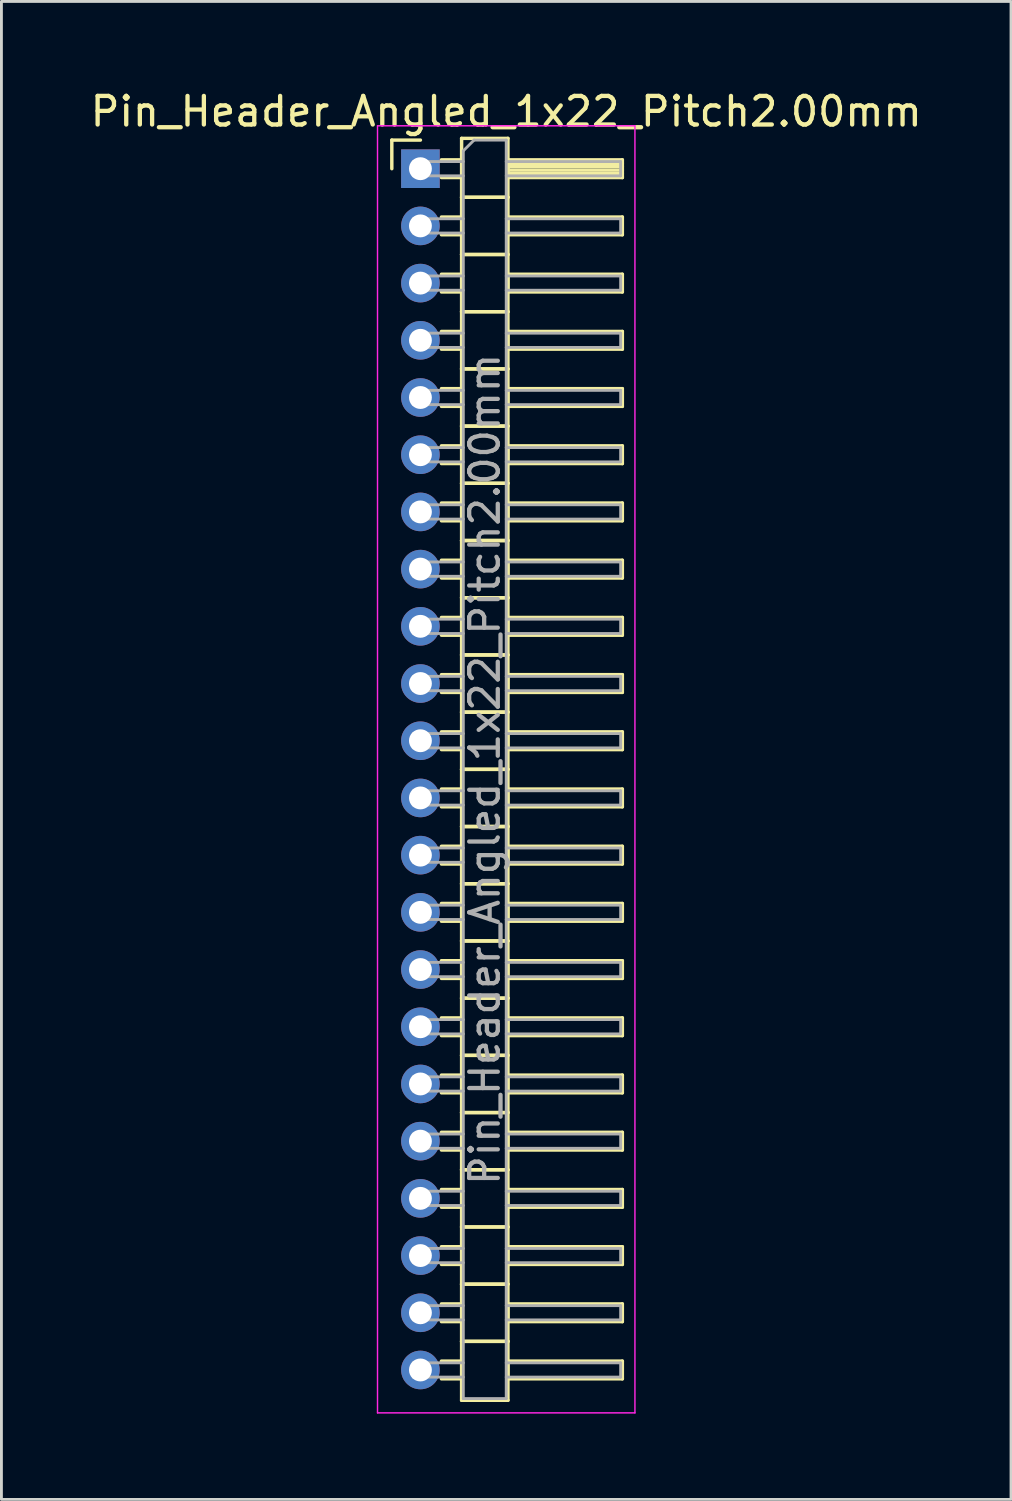
<source format=kicad_pcb>
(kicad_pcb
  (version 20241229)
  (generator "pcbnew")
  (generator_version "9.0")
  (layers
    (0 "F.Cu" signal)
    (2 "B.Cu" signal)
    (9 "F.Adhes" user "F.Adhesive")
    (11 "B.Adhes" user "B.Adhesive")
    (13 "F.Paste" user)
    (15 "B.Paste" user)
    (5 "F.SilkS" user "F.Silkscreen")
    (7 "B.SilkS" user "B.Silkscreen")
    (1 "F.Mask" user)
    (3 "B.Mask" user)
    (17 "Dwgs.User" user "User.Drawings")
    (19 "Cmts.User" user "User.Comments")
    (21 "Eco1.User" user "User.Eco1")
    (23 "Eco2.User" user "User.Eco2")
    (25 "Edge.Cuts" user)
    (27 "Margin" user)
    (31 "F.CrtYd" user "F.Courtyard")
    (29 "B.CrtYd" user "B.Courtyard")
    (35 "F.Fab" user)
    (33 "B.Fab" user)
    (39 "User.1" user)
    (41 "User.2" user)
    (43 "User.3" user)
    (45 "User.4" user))
  (footprint "Pin_Header_Angled_1x22_Pitch2.00mm"
    (layer "F.Cu")
    (at 11.649 2.848)
    (property "Reference" "Pin_Header_Angled_1x22_Pitch2.00mm" (at 3 -2 0) (layer "F.SilkS") (effects (font (size 1 1) (thickness 0.15))))
    (attr through_hole)
    (fp_line (start -1 -1) (end 0 -1) (stroke (width 0.12) (type solid)) (layer "F.SilkS"))
    (fp_line (start -1 0) (end -1 -1) (stroke (width 0.12) (type solid)) (layer "F.SilkS"))
    (fp_line (start 0.735 -0.31) (end 1.44 -0.31) (stroke (width 0.12) (type solid)) (layer "F.SilkS"))
    (fp_line (start 0.735 0.31) (end 1.44 0.31) (stroke (width 0.12) (type solid)) (layer "F.SilkS"))
    (fp_line (start 0.735 1.69) (end 1.44 1.69) (stroke (width 0.12) (type solid)) (layer "F.SilkS"))
    (fp_line (start 0.735 2.31) (end 1.44 2.31) (stroke (width 0.12) (type solid)) (layer "F.SilkS"))
    (fp_line (start 0.735 3.69) (end 1.44 3.69) (stroke (width 0.12) (type solid)) (layer "F.SilkS"))
    (fp_line (start 0.735 4.31) (end 1.44 4.31) (stroke (width 0.12) (type solid)) (layer "F.SilkS"))
    (fp_line (start 0.735 5.69) (end 1.44 5.69) (stroke (width 0.12) (type solid)) (layer "F.SilkS"))
    (fp_line (start 0.735 6.31) (end 1.44 6.31) (stroke (width 0.12) (type solid)) (layer "F.SilkS"))
    (fp_line (start 0.735 7.69) (end 1.44 7.69) (stroke (width 0.12) (type solid)) (layer "F.SilkS"))
    (fp_line (start 0.735 8.31) (end 1.44 8.31) (stroke (width 0.12) (type solid)) (layer "F.SilkS"))
    (fp_line (start 0.735 9.69) (end 1.44 9.69) (stroke (width 0.12) (type solid)) (layer "F.SilkS"))
    (fp_line (start 0.735 10.31) (end 1.44 10.31) (stroke (width 0.12) (type solid)) (layer "F.SilkS"))
    (fp_line (start 0.735 11.69) (end 1.44 11.69) (stroke (width 0.12) (type solid)) (layer "F.SilkS"))
    (fp_line (start 0.735 12.31) (end 1.44 12.31) (stroke (width 0.12) (type solid)) (layer "F.SilkS"))
    (fp_line (start 0.735 13.69) (end 1.44 13.69) (stroke (width 0.12) (type solid)) (layer "F.SilkS"))
    (fp_line (start 0.735 14.31) (end 1.44 14.31) (stroke (width 0.12) (type solid)) (layer "F.SilkS"))
    (fp_line (start 0.735 15.69) (end 1.44 15.69) (stroke (width 0.12) (type solid)) (layer "F.SilkS"))
    (fp_line (start 0.735 16.31) (end 1.44 16.31) (stroke (width 0.12) (type solid)) (layer "F.SilkS"))
    (fp_line (start 0.735 17.69) (end 1.44 17.69) (stroke (width 0.12) (type solid)) (layer "F.SilkS"))
    (fp_line (start 0.735 18.31) (end 1.44 18.31) (stroke (width 0.12) (type solid)) (layer "F.SilkS"))
    (fp_line (start 0.735 19.69) (end 1.44 19.69) (stroke (width 0.12) (type solid)) (layer "F.SilkS"))
    (fp_line (start 0.735 20.31) (end 1.44 20.31) (stroke (width 0.12) (type solid)) (layer "F.SilkS"))
    (fp_line (start 0.735 21.69) (end 1.44 21.69) (stroke (width 0.12) (type solid)) (layer "F.SilkS"))
    (fp_line (start 0.735 22.31) (end 1.44 22.31) (stroke (width 0.12) (type solid)) (layer "F.SilkS"))
    (fp_line (start 0.735 23.69) (end 1.44 23.69) (stroke (width 0.12) (type solid)) (layer "F.SilkS"))
    (fp_line (start 0.735 24.31) (end 1.44 24.31) (stroke (width 0.12) (type solid)) (layer "F.SilkS"))
    (fp_line (start 0.735 25.69) (end 1.44 25.69) (stroke (width 0.12) (type solid)) (layer "F.SilkS"))
    (fp_line (start 0.735 26.31) (end 1.44 26.31) (stroke (width 0.12) (type solid)) (layer "F.SilkS"))
    (fp_line (start 0.735 27.69) (end 1.44 27.69) (stroke (width 0.12) (type solid)) (layer "F.SilkS"))
    (fp_line (start 0.735 28.31) (end 1.44 28.31) (stroke (width 0.12) (type solid)) (layer "F.SilkS"))
    (fp_line (start 0.735 29.69) (end 1.44 29.69) (stroke (width 0.12) (type solid)) (layer "F.SilkS"))
    (fp_line (start 0.735 30.31) (end 1.44 30.31) (stroke (width 0.12) (type solid)) (layer "F.SilkS"))
    (fp_line (start 0.735 31.69) (end 1.44 31.69) (stroke (width 0.12) (type solid)) (layer "F.SilkS"))
    (fp_line (start 0.735 32.31) (end 1.44 32.31) (stroke (width 0.12) (type solid)) (layer "F.SilkS"))
    (fp_line (start 0.735 33.69) (end 1.44 33.69) (stroke (width 0.12) (type solid)) (layer "F.SilkS"))
    (fp_line (start 0.735 34.31) (end 1.44 34.31) (stroke (width 0.12) (type solid)) (layer "F.SilkS"))
    (fp_line (start 0.735 35.69) (end 1.44 35.69) (stroke (width 0.12) (type solid)) (layer "F.SilkS"))
    (fp_line (start 0.735 36.31) (end 1.44 36.31) (stroke (width 0.12) (type solid)) (layer "F.SilkS"))
    (fp_line (start 0.735 37.69) (end 1.44 37.69) (stroke (width 0.12) (type solid)) (layer "F.SilkS"))
    (fp_line (start 0.735 38.31) (end 1.44 38.31) (stroke (width 0.12) (type solid)) (layer "F.SilkS"))
    (fp_line (start 0.735 39.69) (end 1.44 39.69) (stroke (width 0.12) (type solid)) (layer "F.SilkS"))
    (fp_line (start 0.735 40.31) (end 1.44 40.31) (stroke (width 0.12) (type solid)) (layer "F.SilkS"))
    (fp_line (start 0.735 41.69) (end 1.44 41.69) (stroke (width 0.12) (type solid)) (layer "F.SilkS"))
    (fp_line (start 0.735 42.31) (end 1.44 42.31) (stroke (width 0.12) (type solid)) (layer "F.SilkS"))
    (fp_line (start 1.44 -1.06) (end 1.44 1) (stroke (width 0.12) (type solid)) (layer "F.SilkS"))
    (fp_line (start 1.44 1) (end 1.44 3) (stroke (width 0.12) (type solid)) (layer "F.SilkS"))
    (fp_line (start 1.44 1) (end 3.06 1) (stroke (width 0.12) (type solid)) (layer "F.SilkS"))
    (fp_line (start 1.44 3) (end 1.44 5) (stroke (width 0.12) (type solid)) (layer "F.SilkS"))
    (fp_line (start 1.44 3) (end 3.06 3) (stroke (width 0.12) (type solid)) (layer "F.SilkS"))
    (fp_line (start 1.44 5) (end 1.44 7) (stroke (width 0.12) (type solid)) (layer "F.SilkS"))
    (fp_line (start 1.44 5) (end 3.06 5) (stroke (width 0.12) (type solid)) (layer "F.SilkS"))
    (fp_line (start 1.44 7) (end 1.44 9) (stroke (width 0.12) (type solid)) (layer "F.SilkS"))
    (fp_line (start 1.44 7) (end 3.06 7) (stroke (width 0.12) (type solid)) (layer "F.SilkS"))
    (fp_line (start 1.44 9) (end 1.44 11) (stroke (width 0.12) (type solid)) (layer "F.SilkS"))
    (fp_line (start 1.44 9) (end 3.06 9) (stroke (width 0.12) (type solid)) (layer "F.SilkS"))
    (fp_line (start 1.44 11) (end 1.44 13) (stroke (width 0.12) (type solid)) (layer "F.SilkS"))
    (fp_line (start 1.44 11) (end 3.06 11) (stroke (width 0.12) (type solid)) (layer "F.SilkS"))
    (fp_line (start 1.44 13) (end 1.44 15) (stroke (width 0.12) (type solid)) (layer "F.SilkS"))
    (fp_line (start 1.44 13) (end 3.06 13) (stroke (width 0.12) (type solid)) (layer "F.SilkS"))
    (fp_line (start 1.44 15) (end 1.44 17) (stroke (width 0.12) (type solid)) (layer "F.SilkS"))
    (fp_line (start 1.44 15) (end 3.06 15) (stroke (width 0.12) (type solid)) (layer "F.SilkS"))
    (fp_line (start 1.44 17) (end 1.44 19) (stroke (width 0.12) (type solid)) (layer "F.SilkS"))
    (fp_line (start 1.44 17) (end 3.06 17) (stroke (width 0.12) (type solid)) (layer "F.SilkS"))
    (fp_line (start 1.44 19) (end 1.44 21) (stroke (width 0.12) (type solid)) (layer "F.SilkS"))
    (fp_line (start 1.44 19) (end 3.06 19) (stroke (width 0.12) (type solid)) (layer "F.SilkS"))
    (fp_line (start 1.44 21) (end 1.44 23) (stroke (width 0.12) (type solid)) (layer "F.SilkS"))
    (fp_line (start 1.44 21) (end 3.06 21) (stroke (width 0.12) (type solid)) (layer "F.SilkS"))
    (fp_line (start 1.44 23) (end 1.44 25) (stroke (width 0.12) (type solid)) (layer "F.SilkS"))
    (fp_line (start 1.44 23) (end 3.06 23) (stroke (width 0.12) (type solid)) (layer "F.SilkS"))
    (fp_line (start 1.44 25) (end 1.44 27) (stroke (width 0.12) (type solid)) (layer "F.SilkS"))
    (fp_line (start 1.44 25) (end 3.06 25) (stroke (width 0.12) (type solid)) (layer "F.SilkS"))
    (fp_line (start 1.44 27) (end 1.44 29) (stroke (width 0.12) (type solid)) (layer "F.SilkS"))
    (fp_line (start 1.44 27) (end 3.06 27) (stroke (width 0.12) (type solid)) (layer "F.SilkS"))
    (fp_line (start 1.44 29) (end 1.44 31) (stroke (width 0.12) (type solid)) (layer "F.SilkS"))
    (fp_line (start 1.44 29) (end 3.06 29) (stroke (width 0.12) (type solid)) (layer "F.SilkS"))
    (fp_line (start 1.44 31) (end 1.44 33) (stroke (width 0.12) (type solid)) (layer "F.SilkS"))
    (fp_line (start 1.44 31) (end 3.06 31) (stroke (width 0.12) (type solid)) (layer "F.SilkS"))
    (fp_line (start 1.44 33) (end 1.44 35) (stroke (width 0.12) (type solid)) (layer "F.SilkS"))
    (fp_line (start 1.44 33) (end 3.06 33) (stroke (width 0.12) (type solid)) (layer "F.SilkS"))
    (fp_line (start 1.44 35) (end 1.44 37) (stroke (width 0.12) (type solid)) (layer "F.SilkS"))
    (fp_line (start 1.44 35) (end 3.06 35) (stroke (width 0.12) (type solid)) (layer "F.SilkS"))
    (fp_line (start 1.44 37) (end 1.44 39) (stroke (width 0.12) (type solid)) (layer "F.SilkS"))
    (fp_line (start 1.44 37) (end 3.06 37) (stroke (width 0.12) (type solid)) (layer "F.SilkS"))
    (fp_line (start 1.44 39) (end 1.44 41) (stroke (width 0.12) (type solid)) (layer "F.SilkS"))
    (fp_line (start 1.44 39) (end 3.06 39) (stroke (width 0.12) (type solid)) (layer "F.SilkS"))
    (fp_line (start 1.44 41) (end 1.44 43.06) (stroke (width 0.12) (type solid)) (layer "F.SilkS"))
    (fp_line (start 1.44 41) (end 3.06 41) (stroke (width 0.12) (type solid)) (layer "F.SilkS"))
    (fp_line (start 1.44 43.06) (end 3.06 43.06) (stroke (width 0.12) (type solid)) (layer "F.SilkS"))
    (fp_line (start 3.06 -1.06) (end 1.44 -1.06) (stroke (width 0.12) (type solid)) (layer "F.SilkS"))
    (fp_line (start 3.06 -0.31) (end 3.06 0.31) (stroke (width 0.12) (type solid)) (layer "F.SilkS"))
    (fp_line (start 3.06 -0.19) (end 7.06 -0.19) (stroke (width 0.12) (type solid)) (layer "F.SilkS"))
    (fp_line (start 3.06 -0.07) (end 7.06 -0.07) (stroke (width 0.12) (type solid)) (layer "F.SilkS"))
    (fp_line (start 3.06 0.05) (end 7.06 0.05) (stroke (width 0.12) (type solid)) (layer "F.SilkS"))
    (fp_line (start 3.06 0.17) (end 7.06 0.17) (stroke (width 0.12) (type solid)) (layer "F.SilkS"))
    (fp_line (start 3.06 0.29) (end 7.06 0.29) (stroke (width 0.12) (type solid)) (layer "F.SilkS"))
    (fp_line (start 3.06 0.31) (end 7.06 0.31) (stroke (width 0.12) (type solid)) (layer "F.SilkS"))
    (fp_line (start 3.06 1) (end 1.44 1) (stroke (width 0.12) (type solid)) (layer "F.SilkS"))
    (fp_line (start 3.06 1) (end 3.06 -1.06) (stroke (width 0.12) (type solid)) (layer "F.SilkS"))
    (fp_line (start 3.06 1.69) (end 3.06 2.31) (stroke (width 0.12) (type solid)) (layer "F.SilkS"))
    (fp_line (start 3.06 2.31) (end 7.06 2.31) (stroke (width 0.12) (type solid)) (layer "F.SilkS"))
    (fp_line (start 3.06 3) (end 1.44 3) (stroke (width 0.12) (type solid)) (layer "F.SilkS"))
    (fp_line (start 3.06 3) (end 3.06 1) (stroke (width 0.12) (type solid)) (layer "F.SilkS"))
    (fp_line (start 3.06 3.69) (end 3.06 4.31) (stroke (width 0.12) (type solid)) (layer "F.SilkS"))
    (fp_line (start 3.06 4.31) (end 7.06 4.31) (stroke (width 0.12) (type solid)) (layer "F.SilkS"))
    (fp_line (start 3.06 5) (end 1.44 5) (stroke (width 0.12) (type solid)) (layer "F.SilkS"))
    (fp_line (start 3.06 5) (end 3.06 3) (stroke (width 0.12) (type solid)) (layer "F.SilkS"))
    (fp_line (start 3.06 5.69) (end 3.06 6.31) (stroke (width 0.12) (type solid)) (layer "F.SilkS"))
    (fp_line (start 3.06 6.31) (end 7.06 6.31) (stroke (width 0.12) (type solid)) (layer "F.SilkS"))
    (fp_line (start 3.06 7) (end 1.44 7) (stroke (width 0.12) (type solid)) (layer "F.SilkS"))
    (fp_line (start 3.06 7) (end 3.06 5) (stroke (width 0.12) (type solid)) (layer "F.SilkS"))
    (fp_line (start 3.06 7.69) (end 3.06 8.31) (stroke (width 0.12) (type solid)) (layer "F.SilkS"))
    (fp_line (start 3.06 8.31) (end 7.06 8.31) (stroke (width 0.12) (type solid)) (layer "F.SilkS"))
    (fp_line (start 3.06 9) (end 1.44 9) (stroke (width 0.12) (type solid)) (layer "F.SilkS"))
    (fp_line (start 3.06 9) (end 3.06 7) (stroke (width 0.12) (type solid)) (layer "F.SilkS"))
    (fp_line (start 3.06 9.69) (end 3.06 10.31) (stroke (width 0.12) (type solid)) (layer "F.SilkS"))
    (fp_line (start 3.06 10.31) (end 7.06 10.31) (stroke (width 0.12) (type solid)) (layer "F.SilkS"))
    (fp_line (start 3.06 11) (end 1.44 11) (stroke (width 0.12) (type solid)) (layer "F.SilkS"))
    (fp_line (start 3.06 11) (end 3.06 9) (stroke (width 0.12) (type solid)) (layer "F.SilkS"))
    (fp_line (start 3.06 11.69) (end 3.06 12.31) (stroke (width 0.12) (type solid)) (layer "F.SilkS"))
    (fp_line (start 3.06 12.31) (end 7.06 12.31) (stroke (width 0.12) (type solid)) (layer "F.SilkS"))
    (fp_line (start 3.06 13) (end 1.44 13) (stroke (width 0.12) (type solid)) (layer "F.SilkS"))
    (fp_line (start 3.06 13) (end 3.06 11) (stroke (width 0.12) (type solid)) (layer "F.SilkS"))
    (fp_line (start 3.06 13.69) (end 3.06 14.31) (stroke (width 0.12) (type solid)) (layer "F.SilkS"))
    (fp_line (start 3.06 14.31) (end 7.06 14.31) (stroke (width 0.12) (type solid)) (layer "F.SilkS"))
    (fp_line (start 3.06 15) (end 1.44 15) (stroke (width 0.12) (type solid)) (layer "F.SilkS"))
    (fp_line (start 3.06 15) (end 3.06 13) (stroke (width 0.12) (type solid)) (layer "F.SilkS"))
    (fp_line (start 3.06 15.69) (end 3.06 16.31) (stroke (width 0.12) (type solid)) (layer "F.SilkS"))
    (fp_line (start 3.06 16.31) (end 7.06 16.31) (stroke (width 0.12) (type solid)) (layer "F.SilkS"))
    (fp_line (start 3.06 17) (end 1.44 17) (stroke (width 0.12) (type solid)) (layer "F.SilkS"))
    (fp_line (start 3.06 17) (end 3.06 15) (stroke (width 0.12) (type solid)) (layer "F.SilkS"))
    (fp_line (start 3.06 17.69) (end 3.06 18.31) (stroke (width 0.12) (type solid)) (layer "F.SilkS"))
    (fp_line (start 3.06 18.31) (end 7.06 18.31) (stroke (width 0.12) (type solid)) (layer "F.SilkS"))
    (fp_line (start 3.06 19) (end 1.44 19) (stroke (width 0.12) (type solid)) (layer "F.SilkS"))
    (fp_line (start 3.06 19) (end 3.06 17) (stroke (width 0.12) (type solid)) (layer "F.SilkS"))
    (fp_line (start 3.06 19.69) (end 3.06 20.31) (stroke (width 0.12) (type solid)) (layer "F.SilkS"))
    (fp_line (start 3.06 20.31) (end 7.06 20.31) (stroke (width 0.12) (type solid)) (layer "F.SilkS"))
    (fp_line (start 3.06 21) (end 1.44 21) (stroke (width 0.12) (type solid)) (layer "F.SilkS"))
    (fp_line (start 3.06 21) (end 3.06 19) (stroke (width 0.12) (type solid)) (layer "F.SilkS"))
    (fp_line (start 3.06 21.69) (end 3.06 22.31) (stroke (width 0.12) (type solid)) (layer "F.SilkS"))
    (fp_line (start 3.06 22.31) (end 7.06 22.31) (stroke (width 0.12) (type solid)) (layer "F.SilkS"))
    (fp_line (start 3.06 23) (end 1.44 23) (stroke (width 0.12) (type solid)) (layer "F.SilkS"))
    (fp_line (start 3.06 23) (end 3.06 21) (stroke (width 0.12) (type solid)) (layer "F.SilkS"))
    (fp_line (start 3.06 23.69) (end 3.06 24.31) (stroke (width 0.12) (type solid)) (layer "F.SilkS"))
    (fp_line (start 3.06 24.31) (end 7.06 24.31) (stroke (width 0.12) (type solid)) (layer "F.SilkS"))
    (fp_line (start 3.06 25) (end 1.44 25) (stroke (width 0.12) (type solid)) (layer "F.SilkS"))
    (fp_line (start 3.06 25) (end 3.06 23) (stroke (width 0.12) (type solid)) (layer "F.SilkS"))
    (fp_line (start 3.06 25.69) (end 3.06 26.31) (stroke (width 0.12) (type solid)) (layer "F.SilkS"))
    (fp_line (start 3.06 26.31) (end 7.06 26.31) (stroke (width 0.12) (type solid)) (layer "F.SilkS"))
    (fp_line (start 3.06 27) (end 1.44 27) (stroke (width 0.12) (type solid)) (layer "F.SilkS"))
    (fp_line (start 3.06 27) (end 3.06 25) (stroke (width 0.12) (type solid)) (layer "F.SilkS"))
    (fp_line (start 3.06 27.69) (end 3.06 28.31) (stroke (width 0.12) (type solid)) (layer "F.SilkS"))
    (fp_line (start 3.06 28.31) (end 7.06 28.31) (stroke (width 0.12) (type solid)) (layer "F.SilkS"))
    (fp_line (start 3.06 29) (end 1.44 29) (stroke (width 0.12) (type solid)) (layer "F.SilkS"))
    (fp_line (start 3.06 29) (end 3.06 27) (stroke (width 0.12) (type solid)) (layer "F.SilkS"))
    (fp_line (start 3.06 29.69) (end 3.06 30.31) (stroke (width 0.12) (type solid)) (layer "F.SilkS"))
    (fp_line (start 3.06 30.31) (end 7.06 30.31) (stroke (width 0.12) (type solid)) (layer "F.SilkS"))
    (fp_line (start 3.06 31) (end 1.44 31) (stroke (width 0.12) (type solid)) (layer "F.SilkS"))
    (fp_line (start 3.06 31) (end 3.06 29) (stroke (width 0.12) (type solid)) (layer "F.SilkS"))
    (fp_line (start 3.06 31.69) (end 3.06 32.31) (stroke (width 0.12) (type solid)) (layer "F.SilkS"))
    (fp_line (start 3.06 32.31) (end 7.06 32.31) (stroke (width 0.12) (type solid)) (layer "F.SilkS"))
    (fp_line (start 3.06 33) (end 1.44 33) (stroke (width 0.12) (type solid)) (layer "F.SilkS"))
    (fp_line (start 3.06 33) (end 3.06 31) (stroke (width 0.12) (type solid)) (layer "F.SilkS"))
    (fp_line (start 3.06 33.69) (end 3.06 34.31) (stroke (width 0.12) (type solid)) (layer "F.SilkS"))
    (fp_line (start 3.06 34.31) (end 7.06 34.31) (stroke (width 0.12) (type solid)) (layer "F.SilkS"))
    (fp_line (start 3.06 35) (end 1.44 35) (stroke (width 0.12) (type solid)) (layer "F.SilkS"))
    (fp_line (start 3.06 35) (end 3.06 33) (stroke (width 0.12) (type solid)) (layer "F.SilkS"))
    (fp_line (start 3.06 35.69) (end 3.06 36.31) (stroke (width 0.12) (type solid)) (layer "F.SilkS"))
    (fp_line (start 3.06 36.31) (end 7.06 36.31) (stroke (width 0.12) (type solid)) (layer "F.SilkS"))
    (fp_line (start 3.06 37) (end 1.44 37) (stroke (width 0.12) (type solid)) (layer "F.SilkS"))
    (fp_line (start 3.06 37) (end 3.06 35) (stroke (width 0.12) (type solid)) (layer "F.SilkS"))
    (fp_line (start 3.06 37.69) (end 3.06 38.31) (stroke (width 0.12) (type solid)) (layer "F.SilkS"))
    (fp_line (start 3.06 38.31) (end 7.06 38.31) (stroke (width 0.12) (type solid)) (layer "F.SilkS"))
    (fp_line (start 3.06 39) (end 1.44 39) (stroke (width 0.12) (type solid)) (layer "F.SilkS"))
    (fp_line (start 3.06 39) (end 3.06 37) (stroke (width 0.12) (type solid)) (layer "F.SilkS"))
    (fp_line (start 3.06 39.69) (end 3.06 40.31) (stroke (width 0.12) (type solid)) (layer "F.SilkS"))
    (fp_line (start 3.06 40.31) (end 7.06 40.31) (stroke (width 0.12) (type solid)) (layer "F.SilkS"))
    (fp_line (start 3.06 41) (end 1.44 41) (stroke (width 0.12) (type solid)) (layer "F.SilkS"))
    (fp_line (start 3.06 41) (end 3.06 39) (stroke (width 0.12) (type solid)) (layer "F.SilkS"))
    (fp_line (start 3.06 41.69) (end 3.06 42.31) (stroke (width 0.12) (type solid)) (layer "F.SilkS"))
    (fp_line (start 3.06 42.31) (end 7.06 42.31) (stroke (width 0.12) (type solid)) (layer "F.SilkS"))
    (fp_line (start 3.06 43.06) (end 3.06 41) (stroke (width 0.12) (type solid)) (layer "F.SilkS"))
    (fp_line (start 7.06 -0.31) (end 3.06 -0.31) (stroke (width 0.12) (type solid)) (layer "F.SilkS"))
    (fp_line (start 7.06 0.31) (end 7.06 -0.31) (stroke (width 0.12) (type solid)) (layer "F.SilkS"))
    (fp_line (start 7.06 1.69) (end 3.06 1.69) (stroke (width 0.12) (type solid)) (layer "F.SilkS"))
    (fp_line (start 7.06 2.31) (end 7.06 1.69) (stroke (width 0.12) (type solid)) (layer "F.SilkS"))
    (fp_line (start 7.06 3.69) (end 3.06 3.69) (stroke (width 0.12) (type solid)) (layer "F.SilkS"))
    (fp_line (start 7.06 4.31) (end 7.06 3.69) (stroke (width 0.12) (type solid)) (layer "F.SilkS"))
    (fp_line (start 7.06 5.69) (end 3.06 5.69) (stroke (width 0.12) (type solid)) (layer "F.SilkS"))
    (fp_line (start 7.06 6.31) (end 7.06 5.69) (stroke (width 0.12) (type solid)) (layer "F.SilkS"))
    (fp_line (start 7.06 7.69) (end 3.06 7.69) (stroke (width 0.12) (type solid)) (layer "F.SilkS"))
    (fp_line (start 7.06 8.31) (end 7.06 7.69) (stroke (width 0.12) (type solid)) (layer "F.SilkS"))
    (fp_line (start 7.06 9.69) (end 3.06 9.69) (stroke (width 0.12) (type solid)) (layer "F.SilkS"))
    (fp_line (start 7.06 10.31) (end 7.06 9.69) (stroke (width 0.12) (type solid)) (layer "F.SilkS"))
    (fp_line (start 7.06 11.69) (end 3.06 11.69) (stroke (width 0.12) (type solid)) (layer "F.SilkS"))
    (fp_line (start 7.06 12.31) (end 7.06 11.69) (stroke (width 0.12) (type solid)) (layer "F.SilkS"))
    (fp_line (start 7.06 13.69) (end 3.06 13.69) (stroke (width 0.12) (type solid)) (layer "F.SilkS"))
    (fp_line (start 7.06 14.31) (end 7.06 13.69) (stroke (width 0.12) (type solid)) (layer "F.SilkS"))
    (fp_line (start 7.06 15.69) (end 3.06 15.69) (stroke (width 0.12) (type solid)) (layer "F.SilkS"))
    (fp_line (start 7.06 16.31) (end 7.06 15.69) (stroke (width 0.12) (type solid)) (layer "F.SilkS"))
    (fp_line (start 7.06 17.69) (end 3.06 17.69) (stroke (width 0.12) (type solid)) (layer "F.SilkS"))
    (fp_line (start 7.06 18.31) (end 7.06 17.69) (stroke (width 0.12) (type solid)) (layer "F.SilkS"))
    (fp_line (start 7.06 19.69) (end 3.06 19.69) (stroke (width 0.12) (type solid)) (layer "F.SilkS"))
    (fp_line (start 7.06 20.31) (end 7.06 19.69) (stroke (width 0.12) (type solid)) (layer "F.SilkS"))
    (fp_line (start 7.06 21.69) (end 3.06 21.69) (stroke (width 0.12) (type solid)) (layer "F.SilkS"))
    (fp_line (start 7.06 22.31) (end 7.06 21.69) (stroke (width 0.12) (type solid)) (layer "F.SilkS"))
    (fp_line (start 7.06 23.69) (end 3.06 23.69) (stroke (width 0.12) (type solid)) (layer "F.SilkS"))
    (fp_line (start 7.06 24.31) (end 7.06 23.69) (stroke (width 0.12) (type solid)) (layer "F.SilkS"))
    (fp_line (start 7.06 25.69) (end 3.06 25.69) (stroke (width 0.12) (type solid)) (layer "F.SilkS"))
    (fp_line (start 7.06 26.31) (end 7.06 25.69) (stroke (width 0.12) (type solid)) (layer "F.SilkS"))
    (fp_line (start 7.06 27.69) (end 3.06 27.69) (stroke (width 0.12) (type solid)) (layer "F.SilkS"))
    (fp_line (start 7.06 28.31) (end 7.06 27.69) (stroke (width 0.12) (type solid)) (layer "F.SilkS"))
    (fp_line (start 7.06 29.69) (end 3.06 29.69) (stroke (width 0.12) (type solid)) (layer "F.SilkS"))
    (fp_line (start 7.06 30.31) (end 7.06 29.69) (stroke (width 0.12) (type solid)) (layer "F.SilkS"))
    (fp_line (start 7.06 31.69) (end 3.06 31.69) (stroke (width 0.12) (type solid)) (layer "F.SilkS"))
    (fp_line (start 7.06 32.31) (end 7.06 31.69) (stroke (width 0.12) (type solid)) (layer "F.SilkS"))
    (fp_line (start 7.06 33.69) (end 3.06 33.69) (stroke (width 0.12) (type solid)) (layer "F.SilkS"))
    (fp_line (start 7.06 34.31) (end 7.06 33.69) (stroke (width 0.12) (type solid)) (layer "F.SilkS"))
    (fp_line (start 7.06 35.69) (end 3.06 35.69) (stroke (width 0.12) (type solid)) (layer "F.SilkS"))
    (fp_line (start 7.06 36.31) (end 7.06 35.69) (stroke (width 0.12) (type solid)) (layer "F.SilkS"))
    (fp_line (start 7.06 37.69) (end 3.06 37.69) (stroke (width 0.12) (type solid)) (layer "F.SilkS"))
    (fp_line (start 7.06 38.31) (end 7.06 37.69) (stroke (width 0.12) (type solid)) (layer "F.SilkS"))
    (fp_line (start 7.06 39.69) (end 3.06 39.69) (stroke (width 0.12) (type solid)) (layer "F.SilkS"))
    (fp_line (start 7.06 40.31) (end 7.06 39.69) (stroke (width 0.12) (type solid)) (layer "F.SilkS"))
    (fp_line (start 7.06 41.69) (end 3.06 41.69) (stroke (width 0.12) (type solid)) (layer "F.SilkS"))
    (fp_line (start 7.06 42.31) (end 7.06 41.69) (stroke (width 0.12) (type solid)) (layer "F.SilkS"))
    (fp_line (start -1.5 -1.5) (end -1.5 43.5) (stroke (width 0.05) (type solid)) (layer "F.CrtYd"))
    (fp_line (start -1.5 43.5) (end 7.5 43.5) (stroke (width 0.05) (type solid)) (layer "F.CrtYd"))
    (fp_line (start 7.5 -1.5) (end -1.5 -1.5) (stroke (width 0.05) (type solid)) (layer "F.CrtYd"))
    (fp_line (start 7.5 43.5) (end 7.5 -1.5) (stroke (width 0.05) (type solid)) (layer "F.CrtYd"))
    (fp_line (start -0.25 -0.25) (end -0.25 0.25) (stroke (width 0.1) (type solid)) (layer "F.Fab"))
    (fp_line (start -0.25 -0.25) (end 1.5 -0.25) (stroke (width 0.1) (type solid)) (layer "F.Fab"))
    (fp_line (start -0.25 0.25) (end 1.5 0.25) (stroke (width 0.1) (type solid)) (layer "F.Fab"))
    (fp_line (start -0.25 1.75) (end -0.25 2.25) (stroke (width 0.1) (type solid)) (layer "F.Fab"))
    (fp_line (start -0.25 1.75) (end 1.5 1.75) (stroke (width 0.1) (type solid)) (layer "F.Fab"))
    (fp_line (start -0.25 2.25) (end 1.5 2.25) (stroke (width 0.1) (type solid)) (layer "F.Fab"))
    (fp_line (start -0.25 3.75) (end -0.25 4.25) (stroke (width 0.1) (type solid)) (layer "F.Fab"))
    (fp_line (start -0.25 3.75) (end 1.5 3.75) (stroke (width 0.1) (type solid)) (layer "F.Fab"))
    (fp_line (start -0.25 4.25) (end 1.5 4.25) (stroke (width 0.1) (type solid)) (layer "F.Fab"))
    (fp_line (start -0.25 5.75) (end -0.25 6.25) (stroke (width 0.1) (type solid)) (layer "F.Fab"))
    (fp_line (start -0.25 5.75) (end 1.5 5.75) (stroke (width 0.1) (type solid)) (layer "F.Fab"))
    (fp_line (start -0.25 6.25) (end 1.5 6.25) (stroke (width 0.1) (type solid)) (layer "F.Fab"))
    (fp_line (start -0.25 7.75) (end -0.25 8.25) (stroke (width 0.1) (type solid)) (layer "F.Fab"))
    (fp_line (start -0.25 7.75) (end 1.5 7.75) (stroke (width 0.1) (type solid)) (layer "F.Fab"))
    (fp_line (start -0.25 8.25) (end 1.5 8.25) (stroke (width 0.1) (type solid)) (layer "F.Fab"))
    (fp_line (start -0.25 9.75) (end -0.25 10.25) (stroke (width 0.1) (type solid)) (layer "F.Fab"))
    (fp_line (start -0.25 9.75) (end 1.5 9.75) (stroke (width 0.1) (type solid)) (layer "F.Fab"))
    (fp_line (start -0.25 10.25) (end 1.5 10.25) (stroke (width 0.1) (type solid)) (layer "F.Fab"))
    (fp_line (start -0.25 11.75) (end -0.25 12.25) (stroke (width 0.1) (type solid)) (layer "F.Fab"))
    (fp_line (start -0.25 11.75) (end 1.5 11.75) (stroke (width 0.1) (type solid)) (layer "F.Fab"))
    (fp_line (start -0.25 12.25) (end 1.5 12.25) (stroke (width 0.1) (type solid)) (layer "F.Fab"))
    (fp_line (start -0.25 13.75) (end -0.25 14.25) (stroke (width 0.1) (type solid)) (layer "F.Fab"))
    (fp_line (start -0.25 13.75) (end 1.5 13.75) (stroke (width 0.1) (type solid)) (layer "F.Fab"))
    (fp_line (start -0.25 14.25) (end 1.5 14.25) (stroke (width 0.1) (type solid)) (layer "F.Fab"))
    (fp_line (start -0.25 15.75) (end -0.25 16.25) (stroke (width 0.1) (type solid)) (layer "F.Fab"))
    (fp_line (start -0.25 15.75) (end 1.5 15.75) (stroke (width 0.1) (type solid)) (layer "F.Fab"))
    (fp_line (start -0.25 16.25) (end 1.5 16.25) (stroke (width 0.1) (type solid)) (layer "F.Fab"))
    (fp_line (start -0.25 17.75) (end -0.25 18.25) (stroke (width 0.1) (type solid)) (layer "F.Fab"))
    (fp_line (start -0.25 17.75) (end 1.5 17.75) (stroke (width 0.1) (type solid)) (layer "F.Fab"))
    (fp_line (start -0.25 18.25) (end 1.5 18.25) (stroke (width 0.1) (type solid)) (layer "F.Fab"))
    (fp_line (start -0.25 19.75) (end -0.25 20.25) (stroke (width 0.1) (type solid)) (layer "F.Fab"))
    (fp_line (start -0.25 19.75) (end 1.5 19.75) (stroke (width 0.1) (type solid)) (layer "F.Fab"))
    (fp_line (start -0.25 20.25) (end 1.5 20.25) (stroke (width 0.1) (type solid)) (layer "F.Fab"))
    (fp_line (start -0.25 21.75) (end -0.25 22.25) (stroke (width 0.1) (type solid)) (layer "F.Fab"))
    (fp_line (start -0.25 21.75) (end 1.5 21.75) (stroke (width 0.1) (type solid)) (layer "F.Fab"))
    (fp_line (start -0.25 22.25) (end 1.5 22.25) (stroke (width 0.1) (type solid)) (layer "F.Fab"))
    (fp_line (start -0.25 23.75) (end -0.25 24.25) (stroke (width 0.1) (type solid)) (layer "F.Fab"))
    (fp_line (start -0.25 23.75) (end 1.5 23.75) (stroke (width 0.1) (type solid)) (layer "F.Fab"))
    (fp_line (start -0.25 24.25) (end 1.5 24.25) (stroke (width 0.1) (type solid)) (layer "F.Fab"))
    (fp_line (start -0.25 25.75) (end -0.25 26.25) (stroke (width 0.1) (type solid)) (layer "F.Fab"))
    (fp_line (start -0.25 25.75) (end 1.5 25.75) (stroke (width 0.1) (type solid)) (layer "F.Fab"))
    (fp_line (start -0.25 26.25) (end 1.5 26.25) (stroke (width 0.1) (type solid)) (layer "F.Fab"))
    (fp_line (start -0.25 27.75) (end -0.25 28.25) (stroke (width 0.1) (type solid)) (layer "F.Fab"))
    (fp_line (start -0.25 27.75) (end 1.5 27.75) (stroke (width 0.1) (type solid)) (layer "F.Fab"))
    (fp_line (start -0.25 28.25) (end 1.5 28.25) (stroke (width 0.1) (type solid)) (layer "F.Fab"))
    (fp_line (start -0.25 29.75) (end -0.25 30.25) (stroke (width 0.1) (type solid)) (layer "F.Fab"))
    (fp_line (start -0.25 29.75) (end 1.5 29.75) (stroke (width 0.1) (type solid)) (layer "F.Fab"))
    (fp_line (start -0.25 30.25) (end 1.5 30.25) (stroke (width 0.1) (type solid)) (layer "F.Fab"))
    (fp_line (start -0.25 31.75) (end -0.25 32.25) (stroke (width 0.1) (type solid)) (layer "F.Fab"))
    (fp_line (start -0.25 31.75) (end 1.5 31.75) (stroke (width 0.1) (type solid)) (layer "F.Fab"))
    (fp_line (start -0.25 32.25) (end 1.5 32.25) (stroke (width 0.1) (type solid)) (layer "F.Fab"))
    (fp_line (start -0.25 33.75) (end -0.25 34.25) (stroke (width 0.1) (type solid)) (layer "F.Fab"))
    (fp_line (start -0.25 33.75) (end 1.5 33.75) (stroke (width 0.1) (type solid)) (layer "F.Fab"))
    (fp_line (start -0.25 34.25) (end 1.5 34.25) (stroke (width 0.1) (type solid)) (layer "F.Fab"))
    (fp_line (start -0.25 35.75) (end -0.25 36.25) (stroke (width 0.1) (type solid)) (layer "F.Fab"))
    (fp_line (start -0.25 35.75) (end 1.5 35.75) (stroke (width 0.1) (type solid)) (layer "F.Fab"))
    (fp_line (start -0.25 36.25) (end 1.5 36.25) (stroke (width 0.1) (type solid)) (layer "F.Fab"))
    (fp_line (start -0.25 37.75) (end -0.25 38.25) (stroke (width 0.1) (type solid)) (layer "F.Fab"))
    (fp_line (start -0.25 37.75) (end 1.5 37.75) (stroke (width 0.1) (type solid)) (layer "F.Fab"))
    (fp_line (start -0.25 38.25) (end 1.5 38.25) (stroke (width 0.1) (type solid)) (layer "F.Fab"))
    (fp_line (start -0.25 39.75) (end -0.25 40.25) (stroke (width 0.1) (type solid)) (layer "F.Fab"))
    (fp_line (start -0.25 39.75) (end 1.5 39.75) (stroke (width 0.1) (type solid)) (layer "F.Fab"))
    (fp_line (start -0.25 40.25) (end 1.5 40.25) (stroke (width 0.1) (type solid)) (layer "F.Fab"))
    (fp_line (start -0.25 41.75) (end -0.25 42.25) (stroke (width 0.1) (type solid)) (layer "F.Fab"))
    (fp_line (start -0.25 41.75) (end 1.5 41.75) (stroke (width 0.1) (type solid)) (layer "F.Fab"))
    (fp_line (start -0.25 42.25) (end 1.5 42.25) (stroke (width 0.1) (type solid)) (layer "F.Fab"))
    (fp_line (start 1.5 -0.625) (end 1.875 -1) (stroke (width 0.1) (type solid)) (layer "F.Fab"))
    (fp_line (start 1.5 43) (end 1.5 -0.625) (stroke (width 0.1) (type solid)) (layer "F.Fab"))
    (fp_line (start 1.875 -1) (end 3 -1) (stroke (width 0.1) (type solid)) (layer "F.Fab"))
    (fp_line (start 3 -1) (end 3 43) (stroke (width 0.1) (type solid)) (layer "F.Fab"))
    (fp_line (start 3 -0.25) (end 7 -0.25) (stroke (width 0.1) (type solid)) (layer "F.Fab"))
    (fp_line (start 3 0.25) (end 7 0.25) (stroke (width 0.1) (type solid)) (layer "F.Fab"))
    (fp_line (start 3 1.75) (end 7 1.75) (stroke (width 0.1) (type solid)) (layer "F.Fab"))
    (fp_line (start 3 2.25) (end 7 2.25) (stroke (width 0.1) (type solid)) (layer "F.Fab"))
    (fp_line (start 3 3.75) (end 7 3.75) (stroke (width 0.1) (type solid)) (layer "F.Fab"))
    (fp_line (start 3 4.25) (end 7 4.25) (stroke (width 0.1) (type solid)) (layer "F.Fab"))
    (fp_line (start 3 5.75) (end 7 5.75) (stroke (width 0.1) (type solid)) (layer "F.Fab"))
    (fp_line (start 3 6.25) (end 7 6.25) (stroke (width 0.1) (type solid)) (layer "F.Fab"))
    (fp_line (start 3 7.75) (end 7 7.75) (stroke (width 0.1) (type solid)) (layer "F.Fab"))
    (fp_line (start 3 8.25) (end 7 8.25) (stroke (width 0.1) (type solid)) (layer "F.Fab"))
    (fp_line (start 3 9.75) (end 7 9.75) (stroke (width 0.1) (type solid)) (layer "F.Fab"))
    (fp_line (start 3 10.25) (end 7 10.25) (stroke (width 0.1) (type solid)) (layer "F.Fab"))
    (fp_line (start 3 11.75) (end 7 11.75) (stroke (width 0.1) (type solid)) (layer "F.Fab"))
    (fp_line (start 3 12.25) (end 7 12.25) (stroke (width 0.1) (type solid)) (layer "F.Fab"))
    (fp_line (start 3 13.75) (end 7 13.75) (stroke (width 0.1) (type solid)) (layer "F.Fab"))
    (fp_line (start 3 14.25) (end 7 14.25) (stroke (width 0.1) (type solid)) (layer "F.Fab"))
    (fp_line (start 3 15.75) (end 7 15.75) (stroke (width 0.1) (type solid)) (layer "F.Fab"))
    (fp_line (start 3 16.25) (end 7 16.25) (stroke (width 0.1) (type solid)) (layer "F.Fab"))
    (fp_line (start 3 17.75) (end 7 17.75) (stroke (width 0.1) (type solid)) (layer "F.Fab"))
    (fp_line (start 3 18.25) (end 7 18.25) (stroke (width 0.1) (type solid)) (layer "F.Fab"))
    (fp_line (start 3 19.75) (end 7 19.75) (stroke (width 0.1) (type solid)) (layer "F.Fab"))
    (fp_line (start 3 20.25) (end 7 20.25) (stroke (width 0.1) (type solid)) (layer "F.Fab"))
    (fp_line (start 3 21.75) (end 7 21.75) (stroke (width 0.1) (type solid)) (layer "F.Fab"))
    (fp_line (start 3 22.25) (end 7 22.25) (stroke (width 0.1) (type solid)) (layer "F.Fab"))
    (fp_line (start 3 23.75) (end 7 23.75) (stroke (width 0.1) (type solid)) (layer "F.Fab"))
    (fp_line (start 3 24.25) (end 7 24.25) (stroke (width 0.1) (type solid)) (layer "F.Fab"))
    (fp_line (start 3 25.75) (end 7 25.75) (stroke (width 0.1) (type solid)) (layer "F.Fab"))
    (fp_line (start 3 26.25) (end 7 26.25) (stroke (width 0.1) (type solid)) (layer "F.Fab"))
    (fp_line (start 3 27.75) (end 7 27.75) (stroke (width 0.1) (type solid)) (layer "F.Fab"))
    (fp_line (start 3 28.25) (end 7 28.25) (stroke (width 0.1) (type solid)) (layer "F.Fab"))
    (fp_line (start 3 29.75) (end 7 29.75) (stroke (width 0.1) (type solid)) (layer "F.Fab"))
    (fp_line (start 3 30.25) (end 7 30.25) (stroke (width 0.1) (type solid)) (layer "F.Fab"))
    (fp_line (start 3 31.75) (end 7 31.75) (stroke (width 0.1) (type solid)) (layer "F.Fab"))
    (fp_line (start 3 32.25) (end 7 32.25) (stroke (width 0.1) (type solid)) (layer "F.Fab"))
    (fp_line (start 3 33.75) (end 7 33.75) (stroke (width 0.1) (type solid)) (layer "F.Fab"))
    (fp_line (start 3 34.25) (end 7 34.25) (stroke (width 0.1) (type solid)) (layer "F.Fab"))
    (fp_line (start 3 35.75) (end 7 35.75) (stroke (width 0.1) (type solid)) (layer "F.Fab"))
    (fp_line (start 3 36.25) (end 7 36.25) (stroke (width 0.1) (type solid)) (layer "F.Fab"))
    (fp_line (start 3 37.75) (end 7 37.75) (stroke (width 0.1) (type solid)) (layer "F.Fab"))
    (fp_line (start 3 38.25) (end 7 38.25) (stroke (width 0.1) (type solid)) (layer "F.Fab"))
    (fp_line (start 3 39.75) (end 7 39.75) (stroke (width 0.1) (type solid)) (layer "F.Fab"))
    (fp_line (start 3 40.25) (end 7 40.25) (stroke (width 0.1) (type solid)) (layer "F.Fab"))
    (fp_line (start 3 41.75) (end 7 41.75) (stroke (width 0.1) (type solid)) (layer "F.Fab"))
    (fp_line (start 3 42.25) (end 7 42.25) (stroke (width 0.1) (type solid)) (layer "F.Fab"))
    (fp_line (start 3 43) (end 1.5 43) (stroke (width 0.1) (type solid)) (layer "F.Fab"))
    (fp_line (start 7 -0.25) (end 7 0.25) (stroke (width 0.1) (type solid)) (layer "F.Fab"))
    (fp_line (start 7 1.75) (end 7 2.25) (stroke (width 0.1) (type solid)) (layer "F.Fab"))
    (fp_line (start 7 3.75) (end 7 4.25) (stroke (width 0.1) (type solid)) (layer "F.Fab"))
    (fp_line (start 7 5.75) (end 7 6.25) (stroke (width 0.1) (type solid)) (layer "F.Fab"))
    (fp_line (start 7 7.75) (end 7 8.25) (stroke (width 0.1) (type solid)) (layer "F.Fab"))
    (fp_line (start 7 9.75) (end 7 10.25) (stroke (width 0.1) (type solid)) (layer "F.Fab"))
    (fp_line (start 7 11.75) (end 7 12.25) (stroke (width 0.1) (type solid)) (layer "F.Fab"))
    (fp_line (start 7 13.75) (end 7 14.25) (stroke (width 0.1) (type solid)) (layer "F.Fab"))
    (fp_line (start 7 15.75) (end 7 16.25) (stroke (width 0.1) (type solid)) (layer "F.Fab"))
    (fp_line (start 7 17.75) (end 7 18.25) (stroke (width 0.1) (type solid)) (layer "F.Fab"))
    (fp_line (start 7 19.75) (end 7 20.25) (stroke (width 0.1) (type solid)) (layer "F.Fab"))
    (fp_line (start 7 21.75) (end 7 22.25) (stroke (width 0.1) (type solid)) (layer "F.Fab"))
    (fp_line (start 7 23.75) (end 7 24.25) (stroke (width 0.1) (type solid)) (layer "F.Fab"))
    (fp_line (start 7 25.75) (end 7 26.25) (stroke (width 0.1) (type solid)) (layer "F.Fab"))
    (fp_line (start 7 27.75) (end 7 28.25) (stroke (width 0.1) (type solid)) (layer "F.Fab"))
    (fp_line (start 7 29.75) (end 7 30.25) (stroke (width 0.1) (type solid)) (layer "F.Fab"))
    (fp_line (start 7 31.75) (end 7 32.25) (stroke (width 0.1) (type solid)) (layer "F.Fab"))
    (fp_line (start 7 33.75) (end 7 34.25) (stroke (width 0.1) (type solid)) (layer "F.Fab"))
    (fp_line (start 7 35.75) (end 7 36.25) (stroke (width 0.1) (type solid)) (layer "F.Fab"))
    (fp_line (start 7 37.75) (end 7 38.25) (stroke (width 0.1) (type solid)) (layer "F.Fab"))
    (fp_line (start 7 39.75) (end 7 40.25) (stroke (width 0.1) (type solid)) (layer "F.Fab"))
    (fp_line (start 7 41.75) (end 7 42.25) (stroke (width 0.1) (type solid)) (layer "F.Fab"))
    (fp_text user "${REFERENCE}" (at 2.25 21 90) (layer "F.Fab") (effects (font (size 1 1) (thickness 0.15))))
    (pad "1" thru_hole rect (at 0 0) (size 1.35 1.35) (drill 0.8) (layers "*.Cu" "*.Mask"))
    (pad "2" thru_hole oval (at 0 2) (size 1.35 1.35) (drill 0.8) (layers "*.Cu" "*.Mask"))
    (pad "3" thru_hole oval (at 0 4) (size 1.35 1.35) (drill 0.8) (layers "*.Cu" "*.Mask"))
    (pad "4" thru_hole oval (at 0 6) (size 1.35 1.35) (drill 0.8) (layers "*.Cu" "*.Mask"))
    (pad "5" thru_hole oval (at 0 8) (size 1.35 1.35) (drill 0.8) (layers "*.Cu" "*.Mask"))
    (pad "6" thru_hole oval (at 0 10) (size 1.35 1.35) (drill 0.8) (layers "*.Cu" "*.Mask"))
    (pad "7" thru_hole oval (at 0 12) (size 1.35 1.35) (drill 0.8) (layers "*.Cu" "*.Mask"))
    (pad "8" thru_hole oval (at 0 14) (size 1.35 1.35) (drill 0.8) (layers "*.Cu" "*.Mask"))
    (pad "9" thru_hole oval (at 0 16) (size 1.35 1.35) (drill 0.8) (layers "*.Cu" "*.Mask"))
    (pad "10" thru_hole oval (at 0 18) (size 1.35 1.35) (drill 0.8) (layers "*.Cu" "*.Mask"))
    (pad "11" thru_hole oval (at 0 20) (size 1.35 1.35) (drill 0.8) (layers "*.Cu" "*.Mask"))
    (pad "12" thru_hole oval (at 0 22) (size 1.35 1.35) (drill 0.8) (layers "*.Cu" "*.Mask"))
    (pad "13" thru_hole oval (at 0 24) (size 1.35 1.35) (drill 0.8) (layers "*.Cu" "*.Mask"))
    (pad "14" thru_hole oval (at 0 26) (size 1.35 1.35) (drill 0.8) (layers "*.Cu" "*.Mask"))
    (pad "15" thru_hole oval (at 0 28) (size 1.35 1.35) (drill 0.8) (layers "*.Cu" "*.Mask"))
    (pad "16" thru_hole oval (at 0 30) (size 1.35 1.35) (drill 0.8) (layers "*.Cu" "*.Mask"))
    (pad "17" thru_hole oval (at 0 32) (size 1.35 1.35) (drill 0.8) (layers "*.Cu" "*.Mask"))
    (pad "18" thru_hole oval (at 0 34) (size 1.35 1.35) (drill 0.8) (layers "*.Cu" "*.Mask"))
    (pad "19" thru_hole oval (at 0 36) (size 1.35 1.35) (drill 0.8) (layers "*.Cu" "*.Mask"))
    (pad "20" thru_hole oval (at 0 38) (size 1.35 1.35) (drill 0.8) (layers "*.Cu" "*.Mask"))
    (pad "21" thru_hole oval (at 0 40) (size 1.35 1.35) (drill 0.8) (layers "*.Cu" "*.Mask"))
    (pad "22" thru_hole oval (at 0 42) (size 1.35 1.35) (drill 0.8) (layers "*.Cu" "*.Mask")))
  (gr_rect
    (start -3 -3)
    (end 32.298 49.373)
    (stroke (width 0.1) (type default))
    (fill no)
    (layer "Edge.Cuts")))
</source>
